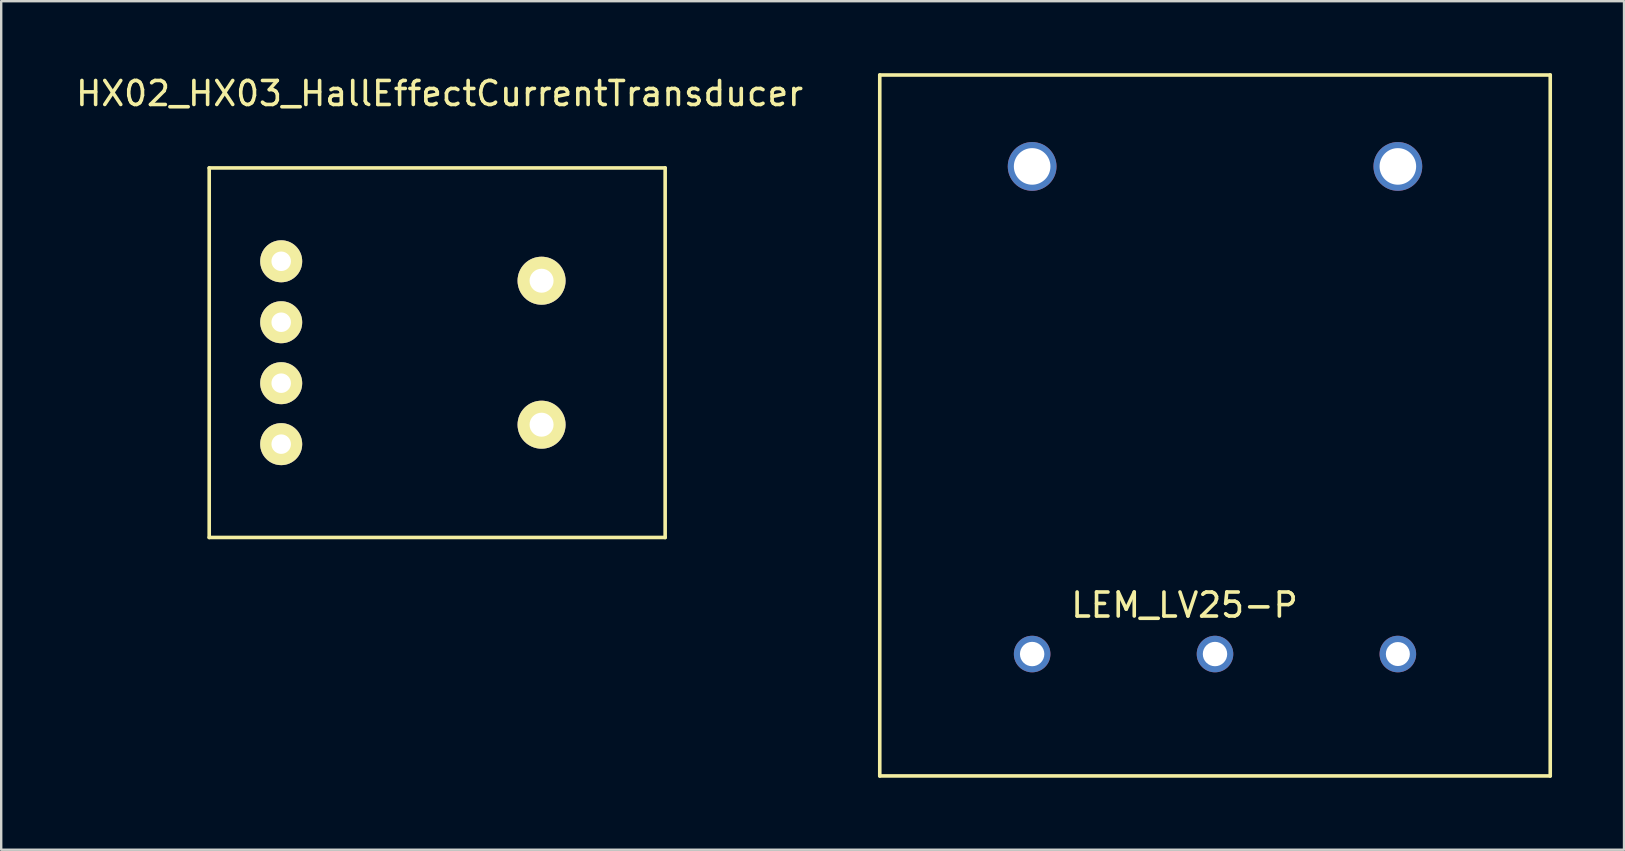
<source format=kicad_pcb>
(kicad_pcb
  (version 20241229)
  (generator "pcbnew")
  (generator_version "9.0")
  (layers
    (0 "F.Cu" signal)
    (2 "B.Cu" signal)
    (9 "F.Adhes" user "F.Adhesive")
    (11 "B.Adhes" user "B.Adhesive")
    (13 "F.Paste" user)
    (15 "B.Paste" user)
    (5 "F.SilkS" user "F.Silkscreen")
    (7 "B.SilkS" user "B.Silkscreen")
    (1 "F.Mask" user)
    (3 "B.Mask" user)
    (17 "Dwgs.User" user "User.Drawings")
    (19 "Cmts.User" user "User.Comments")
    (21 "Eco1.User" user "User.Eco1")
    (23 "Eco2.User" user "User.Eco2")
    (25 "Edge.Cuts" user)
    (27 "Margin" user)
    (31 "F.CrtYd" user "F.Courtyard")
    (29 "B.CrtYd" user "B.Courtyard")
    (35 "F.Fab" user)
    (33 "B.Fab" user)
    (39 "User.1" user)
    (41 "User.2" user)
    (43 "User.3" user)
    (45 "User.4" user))
  (footprint "HX02_HX03_HallEffectCurrentTransducer"
    (layer "F.Cu")
    (at 15.168 11.648)
    (property "Reference" "HX02_HX03_HallEffectCurrentTransducer" (at 0.1 -10.8 0) (layer "F.SilkS") (effects (font (size 1 1) (thickness 0.15))))
    (attr through_hole)
    (fp_line (start -9.5 -7.7) (end -9.5 7.7) (stroke (width 0.15) (type solid)) (layer "F.SilkS"))
    (fp_line (start -9.5 7.7) (end 9.5 7.7) (stroke (width 0.15) (type solid)) (layer "F.SilkS"))
    (fp_line (start 9.5 -7.7) (end -9.5 -7.7) (stroke (width 0.15) (type solid)) (layer "F.SilkS"))
    (fp_line (start 9.5 7.7) (end 9.5 -7.7) (stroke (width 0.15) (type solid)) (layer "F.SilkS"))
    (pad "1" thru_hole circle (at -6.5 -3.81) (size 1.75 1.75) (drill 0.813) (layers "*.Cu" "*.Mask" "F.SilkS"))
    (pad "2" thru_hole circle (at -6.5 -1.27) (size 1.75 1.75) (drill 0.813) (layers "*.Cu" "*.Mask" "F.SilkS"))
    (pad "3" thru_hole circle (at -6.5 1.27) (size 1.75 1.75) (drill 0.813) (layers "*.Cu" "*.Mask" "F.SilkS"))
    (pad "4" thru_hole circle (at -6.5 3.81) (size 1.75 1.75) (drill 0.813) (layers "*.Cu" "*.Mask" "F.SilkS"))
    (pad "5" thru_hole circle (at 4.35 -3) (size 2 2) (drill 1) (layers "*.Cu" "*.Mask" "F.SilkS"))
    (pad "6" thru_hole circle (at 4.35 3) (size 2 2) (drill 1) (layers "*.Cu" "*.Mask" "F.SilkS")))
  (footprint "LEM_LV25-P"
    (layer "F.Cu")
    (at 39.961 3.885)
    (property "Reference" "LEM_LV25-P" (at 6.35 18.28 0) (layer "F.SilkS") (effects (font (size 1 1) (thickness 0.15))))
    (attr through_hole)
    (fp_line (start -6.35 -3.81) (end 21.59 -3.81) (stroke (width 0.15) (type solid)) (layer "F.SilkS"))
    (fp_line (start -6.35 25.4) (end -6.35 -3.81) (stroke (width 0.15) (type solid)) (layer "F.SilkS"))
    (fp_line (start 21.59 -3.81) (end 21.59 25.4) (stroke (width 0.15) (type solid)) (layer "F.SilkS"))
    (fp_line (start 21.59 25.4) (end -6.35 25.4) (stroke (width 0.15) (type solid)) (layer "F.SilkS"))
    (pad "1" thru_hole circle (at 15.24 0) (size 2.032 2.032) (drill 1.524) (layers "*.Cu" "*.Mask"))
    (pad "3" thru_hole circle (at 0 0) (size 2.032 2.032) (drill 1.524) (layers "*.Cu" "*.Mask"))
    (pad "4" thru_hole circle (at 0 20.32) (size 1.524 1.524) (drill 1.016) (layers "*.Cu" "*.Mask"))
    (pad "5" thru_hole circle (at 7.62 20.32) (size 1.524 1.524) (drill 1.016) (layers "*.Cu" "*.Mask"))
    (pad "6" thru_hole circle (at 15.24 20.32) (size 1.524 1.524) (drill 1) (layers "*.Cu" "*.Mask")))
  (gr_rect
    (start -3 -3)
    (end 64.626 32.36)
    (stroke (width 0.1) (type default))
    (fill no)
    (layer "Edge.Cuts")))
</source>
